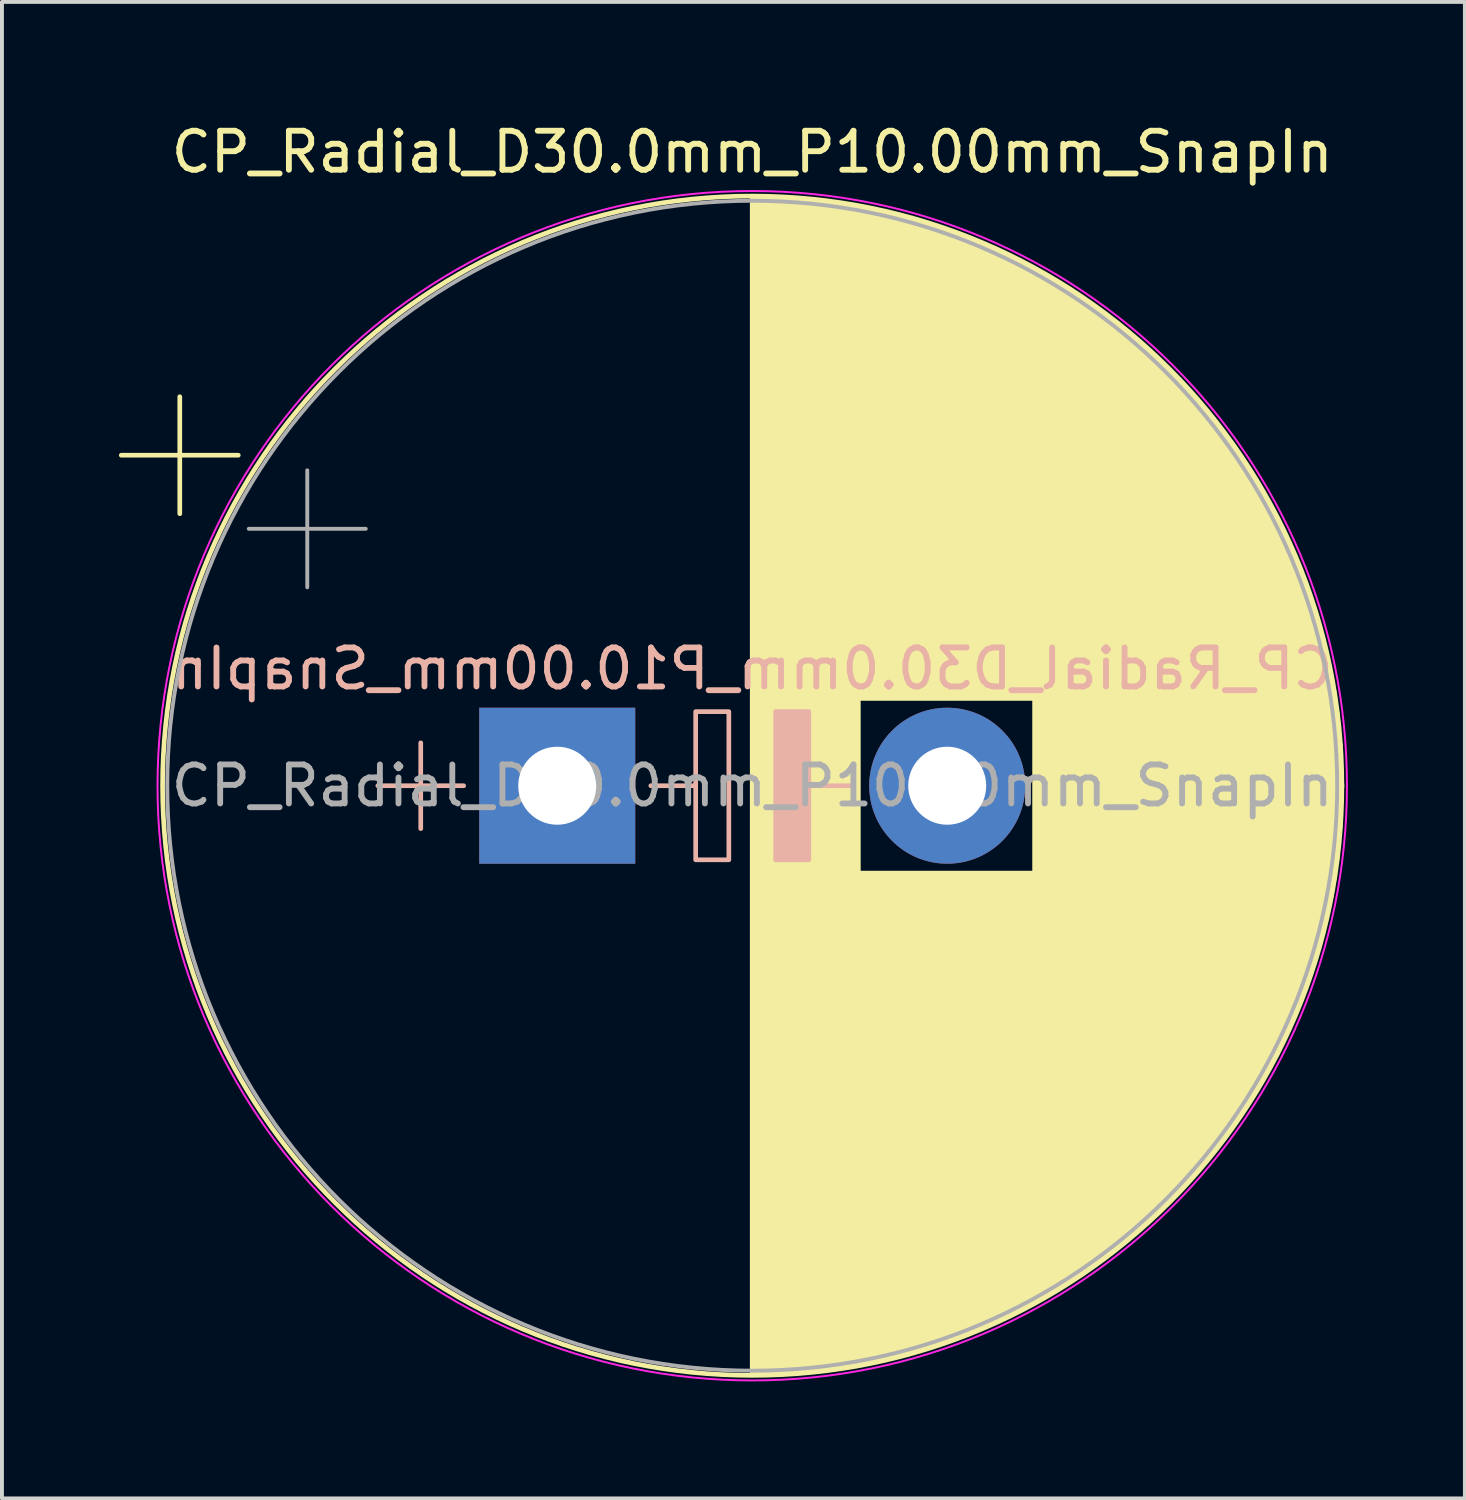
<source format=kicad_pcb>
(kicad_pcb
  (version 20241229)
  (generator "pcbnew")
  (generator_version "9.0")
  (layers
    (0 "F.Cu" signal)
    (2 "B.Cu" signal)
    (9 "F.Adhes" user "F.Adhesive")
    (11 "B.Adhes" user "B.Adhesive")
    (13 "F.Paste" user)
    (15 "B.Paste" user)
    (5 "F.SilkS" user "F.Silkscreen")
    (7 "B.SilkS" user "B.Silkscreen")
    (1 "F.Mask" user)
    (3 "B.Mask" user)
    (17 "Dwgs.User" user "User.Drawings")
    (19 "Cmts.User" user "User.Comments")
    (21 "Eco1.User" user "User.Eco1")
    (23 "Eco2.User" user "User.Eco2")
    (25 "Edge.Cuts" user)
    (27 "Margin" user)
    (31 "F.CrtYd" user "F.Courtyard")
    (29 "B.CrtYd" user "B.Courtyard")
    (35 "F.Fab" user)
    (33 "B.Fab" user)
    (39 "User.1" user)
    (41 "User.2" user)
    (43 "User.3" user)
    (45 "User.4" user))
  (footprint "CP_Radial_D30.0mm_P10.00mm_SnapIn"
    (layer "F.Cu")
    (at 11.239 17.098)
    (property "Reference" "CP_Radial_D30.0mm_P10.00mm_SnapIn" (at 5 -16.25 0) (layer "F.SilkS") (effects (font (size 1 1) (thickness 0.15))))
    (fp_line (start -11.179 -8.475) (end -8.179 -8.475) (stroke (width 0.12) (type solid)) (layer "F.SilkS"))
    (fp_line (start -9.679 -9.975) (end -9.679 -6.975) (stroke (width 0.12) (type solid)) (layer "F.SilkS"))
    (fp_line (start 5 -15.081) (end 5 15.081) (stroke (width 0.12) (type solid)) (layer "F.SilkS"))
    (fp_line (start 5.04 -15.08) (end 5.04 15.08) (stroke (width 0.12) (type solid)) (layer "F.SilkS"))
    (fp_line (start 5.08 -15.08) (end 5.08 15.08) (stroke (width 0.12) (type solid)) (layer "F.SilkS"))
    (fp_line (start 5.12 -15.08) (end 5.12 15.08) (stroke (width 0.12) (type solid)) (layer "F.SilkS"))
    (fp_line (start 5.16 -15.08) (end 5.16 15.08) (stroke (width 0.12) (type solid)) (layer "F.SilkS"))
    (fp_line (start 5.2 -15.079) (end 5.2 15.079) (stroke (width 0.12) (type solid)) (layer "F.SilkS"))
    (fp_line (start 5.24 -15.079) (end 5.24 15.079) (stroke (width 0.12) (type solid)) (layer "F.SilkS"))
    (fp_line (start 5.28 -15.078) (end 5.28 15.078) (stroke (width 0.12) (type solid)) (layer "F.SilkS"))
    (fp_line (start 5.32 -15.077) (end 5.32 15.077) (stroke (width 0.12) (type solid)) (layer "F.SilkS"))
    (fp_line (start 5.36 -15.076) (end 5.36 15.076) (stroke (width 0.12) (type solid)) (layer "F.SilkS"))
    (fp_line (start 5.4 -15.075) (end 5.4 15.075) (stroke (width 0.12) (type solid)) (layer "F.SilkS"))
    (fp_line (start 5.44 -15.074) (end 5.44 15.074) (stroke (width 0.12) (type solid)) (layer "F.SilkS"))
    (fp_line (start 5.48 -15.073) (end 5.48 15.073) (stroke (width 0.12) (type solid)) (layer "F.SilkS"))
    (fp_line (start 5.52 -15.072) (end 5.52 15.072) (stroke (width 0.12) (type solid)) (layer "F.SilkS"))
    (fp_line (start 5.56 -15.07) (end 5.56 15.07) (stroke (width 0.12) (type solid)) (layer "F.SilkS"))
    (fp_line (start 5.6 -15.069) (end 5.6 15.069) (stroke (width 0.12) (type solid)) (layer "F.SilkS"))
    (fp_line (start 5.64 -15.067) (end 5.64 15.067) (stroke (width 0.12) (type solid)) (layer "F.SilkS"))
    (fp_line (start 5.68 -15.065) (end 5.68 15.065) (stroke (width 0.12) (type solid)) (layer "F.SilkS"))
    (fp_line (start 5.721 -15.063) (end 5.721 15.063) (stroke (width 0.12) (type solid)) (layer "F.SilkS"))
    (fp_line (start 5.761 -15.061) (end 5.761 15.061) (stroke (width 0.12) (type solid)) (layer "F.SilkS"))
    (fp_line (start 5.801 -15.059) (end 5.801 15.059) (stroke (width 0.12) (type solid)) (layer "F.SilkS"))
    (fp_line (start 5.841 -15.057) (end 5.841 15.057) (stroke (width 0.12) (type solid)) (layer "F.SilkS"))
    (fp_line (start 5.881 -15.055) (end 5.881 15.055) (stroke (width 0.12) (type solid)) (layer "F.SilkS"))
    (fp_line (start 5.921 -15.052) (end 5.921 15.052) (stroke (width 0.12) (type solid)) (layer "F.SilkS"))
    (fp_line (start 5.961 -15.05) (end 5.961 15.05) (stroke (width 0.12) (type solid)) (layer "F.SilkS"))
    (fp_line (start 6.001 -15.047) (end 6.001 15.047) (stroke (width 0.12) (type solid)) (layer "F.SilkS"))
    (fp_line (start 6.041 -15.045) (end 6.041 15.045) (stroke (width 0.12) (type solid)) (layer "F.SilkS"))
    (fp_line (start 6.081 -15.042) (end 6.081 15.042) (stroke (width 0.12) (type solid)) (layer "F.SilkS"))
    (fp_line (start 6.121 -15.039) (end 6.121 15.039) (stroke (width 0.12) (type solid)) (layer "F.SilkS"))
    (fp_line (start 6.161 -15.036) (end 6.161 15.036) (stroke (width 0.12) (type solid)) (layer "F.SilkS"))
    (fp_line (start 6.201 -15.033) (end 6.201 15.033) (stroke (width 0.12) (type solid)) (layer "F.SilkS"))
    (fp_line (start 6.241 -15.03) (end 6.241 15.03) (stroke (width 0.12) (type solid)) (layer "F.SilkS"))
    (fp_line (start 6.281 -15.026) (end 6.281 15.026) (stroke (width 0.12) (type solid)) (layer "F.SilkS"))
    (fp_line (start 6.321 -15.023) (end 6.321 15.023) (stroke (width 0.12) (type solid)) (layer "F.SilkS"))
    (fp_line (start 6.361 -15.019) (end 6.361 15.019) (stroke (width 0.12) (type solid)) (layer "F.SilkS"))
    (fp_line (start 6.401 -15.016) (end 6.401 15.016) (stroke (width 0.12) (type solid)) (layer "F.SilkS"))
    (fp_line (start 6.441 -15.012) (end 6.441 15.012) (stroke (width 0.12) (type solid)) (layer "F.SilkS"))
    (fp_line (start 6.481 -15.008) (end 6.481 15.008) (stroke (width 0.12) (type solid)) (layer "F.SilkS"))
    (fp_line (start 6.521 -15.004) (end 6.521 15.004) (stroke (width 0.12) (type solid)) (layer "F.SilkS"))
    (fp_line (start 6.561 -15) (end 6.561 15) (stroke (width 0.12) (type solid)) (layer "F.SilkS"))
    (fp_line (start 6.601 -14.996) (end 6.601 14.996) (stroke (width 0.12) (type solid)) (layer "F.SilkS"))
    (fp_line (start 6.641 -14.991) (end 6.641 14.991) (stroke (width 0.12) (type solid)) (layer "F.SilkS"))
    (fp_line (start 6.681 -14.987) (end 6.681 14.987) (stroke (width 0.12) (type solid)) (layer "F.SilkS"))
    (fp_line (start 6.721 -14.982) (end 6.721 14.982) (stroke (width 0.12) (type solid)) (layer "F.SilkS"))
    (fp_line (start 6.761 -14.978) (end 6.761 14.978) (stroke (width 0.12) (type solid)) (layer "F.SilkS"))
    (fp_line (start 6.801 -14.973) (end 6.801 14.973) (stroke (width 0.12) (type solid)) (layer "F.SilkS"))
    (fp_line (start 6.841 -14.968) (end 6.841 14.968) (stroke (width 0.12) (type solid)) (layer "F.SilkS"))
    (fp_line (start 6.881 -14.963) (end 6.881 14.963) (stroke (width 0.12) (type solid)) (layer "F.SilkS"))
    (fp_line (start 6.921 -14.958) (end 6.921 14.958) (stroke (width 0.12) (type solid)) (layer "F.SilkS"))
    (fp_line (start 6.961 -14.953) (end 6.961 14.953) (stroke (width 0.12) (type solid)) (layer "F.SilkS"))
    (fp_line (start 7.001 -14.948) (end 7.001 14.948) (stroke (width 0.12) (type solid)) (layer "F.SilkS"))
    (fp_line (start 7.041 -14.942) (end 7.041 14.942) (stroke (width 0.12) (type solid)) (layer "F.SilkS"))
    (fp_line (start 7.081 -14.937) (end 7.081 14.937) (stroke (width 0.12) (type solid)) (layer "F.SilkS"))
    (fp_line (start 7.121 -14.931) (end 7.121 14.931) (stroke (width 0.12) (type solid)) (layer "F.SilkS"))
    (fp_line (start 7.161 -14.925) (end 7.161 14.925) (stroke (width 0.12) (type solid)) (layer "F.SilkS"))
    (fp_line (start 7.201 -14.92) (end 7.201 14.92) (stroke (width 0.12) (type solid)) (layer "F.SilkS"))
    (fp_line (start 7.241 -14.914) (end 7.241 14.914) (stroke (width 0.12) (type solid)) (layer "F.SilkS"))
    (fp_line (start 7.281 -14.908) (end 7.281 14.908) (stroke (width 0.12) (type solid)) (layer "F.SilkS"))
    (fp_line (start 7.321 -14.901) (end 7.321 14.901) (stroke (width 0.12) (type solid)) (layer "F.SilkS"))
    (fp_line (start 7.361 -14.895) (end 7.361 14.895) (stroke (width 0.12) (type solid)) (layer "F.SilkS"))
    (fp_line (start 7.401 -14.889) (end 7.401 14.889) (stroke (width 0.12) (type solid)) (layer "F.SilkS"))
    (fp_line (start 7.441 -14.882) (end 7.441 14.882) (stroke (width 0.12) (type solid)) (layer "F.SilkS"))
    (fp_line (start 7.481 -14.876) (end 7.481 14.876) (stroke (width 0.12) (type solid)) (layer "F.SilkS"))
    (fp_line (start 7.521 -14.869) (end 7.521 14.869) (stroke (width 0.12) (type solid)) (layer "F.SilkS"))
    (fp_line (start 7.561 -14.862) (end 7.561 14.862) (stroke (width 0.12) (type solid)) (layer "F.SilkS"))
    (fp_line (start 7.601 -14.855) (end 7.601 14.855) (stroke (width 0.12) (type solid)) (layer "F.SilkS"))
    (fp_line (start 7.641 -14.848) (end 7.641 14.848) (stroke (width 0.12) (type solid)) (layer "F.SilkS"))
    (fp_line (start 7.681 -14.841) (end 7.681 14.841) (stroke (width 0.12) (type solid)) (layer "F.SilkS"))
    (fp_line (start 7.721 -14.834) (end 7.721 14.834) (stroke (width 0.12) (type solid)) (layer "F.SilkS"))
    (fp_line (start 7.761 -14.826) (end 7.761 -2.24) (stroke (width 0.12) (type solid)) (layer "F.SilkS"))
    (fp_line (start 7.761 2.24) (end 7.761 14.826) (stroke (width 0.12) (type solid)) (layer "F.SilkS"))
    (fp_line (start 7.801 -14.819) (end 7.801 -2.24) (stroke (width 0.12) (type solid)) (layer "F.SilkS"))
    (fp_line (start 7.801 2.24) (end 7.801 14.819) (stroke (width 0.12) (type solid)) (layer "F.SilkS"))
    (fp_line (start 7.841 -14.811) (end 7.841 -2.24) (stroke (width 0.12) (type solid)) (layer "F.SilkS"))
    (fp_line (start 7.841 2.24) (end 7.841 14.811) (stroke (width 0.12) (type solid)) (layer "F.SilkS"))
    (fp_line (start 7.881 -14.804) (end 7.881 -2.24) (stroke (width 0.12) (type solid)) (layer "F.SilkS"))
    (fp_line (start 7.881 2.24) (end 7.881 14.804) (stroke (width 0.12) (type solid)) (layer "F.SilkS"))
    (fp_line (start 7.921 -14.796) (end 7.921 -2.24) (stroke (width 0.12) (type solid)) (layer "F.SilkS"))
    (fp_line (start 7.921 2.24) (end 7.921 14.796) (stroke (width 0.12) (type solid)) (layer "F.SilkS"))
    (fp_line (start 7.961 -14.788) (end 7.961 -2.24) (stroke (width 0.12) (type solid)) (layer "F.SilkS"))
    (fp_line (start 7.961 2.24) (end 7.961 14.788) (stroke (width 0.12) (type solid)) (layer "F.SilkS"))
    (fp_line (start 8.001 -14.78) (end 8.001 -2.24) (stroke (width 0.12) (type solid)) (layer "F.SilkS"))
    (fp_line (start 8.001 2.24) (end 8.001 14.78) (stroke (width 0.12) (type solid)) (layer "F.SilkS"))
    (fp_line (start 8.041 -14.772) (end 8.041 -2.24) (stroke (width 0.12) (type solid)) (layer "F.SilkS"))
    (fp_line (start 8.041 2.24) (end 8.041 14.772) (stroke (width 0.12) (type solid)) (layer "F.SilkS"))
    (fp_line (start 8.081 -14.763) (end 8.081 -2.24) (stroke (width 0.12) (type solid)) (layer "F.SilkS"))
    (fp_line (start 8.081 2.24) (end 8.081 14.763) (stroke (width 0.12) (type solid)) (layer "F.SilkS"))
    (fp_line (start 8.121 -14.755) (end 8.121 -2.24) (stroke (width 0.12) (type solid)) (layer "F.SilkS"))
    (fp_line (start 8.121 2.24) (end 8.121 14.755) (stroke (width 0.12) (type solid)) (layer "F.SilkS"))
    (fp_line (start 8.161 -14.747) (end 8.161 -2.24) (stroke (width 0.12) (type solid)) (layer "F.SilkS"))
    (fp_line (start 8.161 2.24) (end 8.161 14.747) (stroke (width 0.12) (type solid)) (layer "F.SilkS"))
    (fp_line (start 8.201 -14.738) (end 8.201 -2.24) (stroke (width 0.12) (type solid)) (layer "F.SilkS"))
    (fp_line (start 8.201 2.24) (end 8.201 14.738) (stroke (width 0.12) (type solid)) (layer "F.SilkS"))
    (fp_line (start 8.241 -14.729) (end 8.241 -2.24) (stroke (width 0.12) (type solid)) (layer "F.SilkS"))
    (fp_line (start 8.241 2.24) (end 8.241 14.729) (stroke (width 0.12) (type solid)) (layer "F.SilkS"))
    (fp_line (start 8.281 -14.72) (end 8.281 -2.24) (stroke (width 0.12) (type solid)) (layer "F.SilkS"))
    (fp_line (start 8.281 2.24) (end 8.281 14.72) (stroke (width 0.12) (type solid)) (layer "F.SilkS"))
    (fp_line (start 8.321 -14.711) (end 8.321 -2.24) (stroke (width 0.12) (type solid)) (layer "F.SilkS"))
    (fp_line (start 8.321 2.24) (end 8.321 14.711) (stroke (width 0.12) (type solid)) (layer "F.SilkS"))
    (fp_line (start 8.361 -14.702) (end 8.361 -2.24) (stroke (width 0.12) (type solid)) (layer "F.SilkS"))
    (fp_line (start 8.361 2.24) (end 8.361 14.702) (stroke (width 0.12) (type solid)) (layer "F.SilkS"))
    (fp_line (start 8.401 -14.693) (end 8.401 -2.24) (stroke (width 0.12) (type solid)) (layer "F.SilkS"))
    (fp_line (start 8.401 2.24) (end 8.401 14.693) (stroke (width 0.12) (type solid)) (layer "F.SilkS"))
    (fp_line (start 8.441 -14.684) (end 8.441 -2.24) (stroke (width 0.12) (type solid)) (layer "F.SilkS"))
    (fp_line (start 8.441 2.24) (end 8.441 14.684) (stroke (width 0.12) (type solid)) (layer "F.SilkS"))
    (fp_line (start 8.481 -14.675) (end 8.481 -2.24) (stroke (width 0.12) (type solid)) (layer "F.SilkS"))
    (fp_line (start 8.481 2.24) (end 8.481 14.675) (stroke (width 0.12) (type solid)) (layer "F.SilkS"))
    (fp_line (start 8.521 -14.665) (end 8.521 -2.24) (stroke (width 0.12) (type solid)) (layer "F.SilkS"))
    (fp_line (start 8.521 2.24) (end 8.521 14.665) (stroke (width 0.12) (type solid)) (layer "F.SilkS"))
    (fp_line (start 8.561 -14.655) (end 8.561 -2.24) (stroke (width 0.12) (type solid)) (layer "F.SilkS"))
    (fp_line (start 8.561 2.24) (end 8.561 14.655) (stroke (width 0.12) (type solid)) (layer "F.SilkS"))
    (fp_line (start 8.601 -14.646) (end 8.601 -2.24) (stroke (width 0.12) (type solid)) (layer "F.SilkS"))
    (fp_line (start 8.601 2.24) (end 8.601 14.646) (stroke (width 0.12) (type solid)) (layer "F.SilkS"))
    (fp_line (start 8.641 -14.636) (end 8.641 -2.24) (stroke (width 0.12) (type solid)) (layer "F.SilkS"))
    (fp_line (start 8.641 2.24) (end 8.641 14.636) (stroke (width 0.12) (type solid)) (layer "F.SilkS"))
    (fp_line (start 8.681 -14.626) (end 8.681 -2.24) (stroke (width 0.12) (type solid)) (layer "F.SilkS"))
    (fp_line (start 8.681 2.24) (end 8.681 14.626) (stroke (width 0.12) (type solid)) (layer "F.SilkS"))
    (fp_line (start 8.721 -14.616) (end 8.721 -2.24) (stroke (width 0.12) (type solid)) (layer "F.SilkS"))
    (fp_line (start 8.721 2.24) (end 8.721 14.616) (stroke (width 0.12) (type solid)) (layer "F.SilkS"))
    (fp_line (start 8.761 -14.606) (end 8.761 -2.24) (stroke (width 0.12) (type solid)) (layer "F.SilkS"))
    (fp_line (start 8.761 2.24) (end 8.761 14.606) (stroke (width 0.12) (type solid)) (layer "F.SilkS"))
    (fp_line (start 8.801 -14.595) (end 8.801 -2.24) (stroke (width 0.12) (type solid)) (layer "F.SilkS"))
    (fp_line (start 8.801 2.24) (end 8.801 14.595) (stroke (width 0.12) (type solid)) (layer "F.SilkS"))
    (fp_line (start 8.841 -14.585) (end 8.841 -2.24) (stroke (width 0.12) (type solid)) (layer "F.SilkS"))
    (fp_line (start 8.841 2.24) (end 8.841 14.585) (stroke (width 0.12) (type solid)) (layer "F.SilkS"))
    (fp_line (start 8.881 -14.574) (end 8.881 -2.24) (stroke (width 0.12) (type solid)) (layer "F.SilkS"))
    (fp_line (start 8.881 2.24) (end 8.881 14.574) (stroke (width 0.12) (type solid)) (layer "F.SilkS"))
    (fp_line (start 8.921 -14.564) (end 8.921 -2.24) (stroke (width 0.12) (type solid)) (layer "F.SilkS"))
    (fp_line (start 8.921 2.24) (end 8.921 14.564) (stroke (width 0.12) (type solid)) (layer "F.SilkS"))
    (fp_line (start 8.961 -14.553) (end 8.961 -2.24) (stroke (width 0.12) (type solid)) (layer "F.SilkS"))
    (fp_line (start 8.961 2.24) (end 8.961 14.553) (stroke (width 0.12) (type solid)) (layer "F.SilkS"))
    (fp_line (start 9.001 -14.542) (end 9.001 -2.24) (stroke (width 0.12) (type solid)) (layer "F.SilkS"))
    (fp_line (start 9.001 2.24) (end 9.001 14.542) (stroke (width 0.12) (type solid)) (layer "F.SilkS"))
    (fp_line (start 9.041 -14.531) (end 9.041 -2.24) (stroke (width 0.12) (type solid)) (layer "F.SilkS"))
    (fp_line (start 9.041 2.24) (end 9.041 14.531) (stroke (width 0.12) (type solid)) (layer "F.SilkS"))
    (fp_line (start 9.081 -14.52) (end 9.081 -2.24) (stroke (width 0.12) (type solid)) (layer "F.SilkS"))
    (fp_line (start 9.081 2.24) (end 9.081 14.52) (stroke (width 0.12) (type solid)) (layer "F.SilkS"))
    (fp_line (start 9.121 -14.508) (end 9.121 -2.24) (stroke (width 0.12) (type solid)) (layer "F.SilkS"))
    (fp_line (start 9.121 2.24) (end 9.121 14.508) (stroke (width 0.12) (type solid)) (layer "F.SilkS"))
    (fp_line (start 9.161 -14.497) (end 9.161 -2.24) (stroke (width 0.12) (type solid)) (layer "F.SilkS"))
    (fp_line (start 9.161 2.24) (end 9.161 14.497) (stroke (width 0.12) (type solid)) (layer "F.SilkS"))
    (fp_line (start 9.201 -14.485) (end 9.201 -2.24) (stroke (width 0.12) (type solid)) (layer "F.SilkS"))
    (fp_line (start 9.201 2.24) (end 9.201 14.485) (stroke (width 0.12) (type solid)) (layer "F.SilkS"))
    (fp_line (start 9.241 -14.474) (end 9.241 -2.24) (stroke (width 0.12) (type solid)) (layer "F.SilkS"))
    (fp_line (start 9.241 2.24) (end 9.241 14.474) (stroke (width 0.12) (type solid)) (layer "F.SilkS"))
    (fp_line (start 9.281 -14.462) (end 9.281 -2.24) (stroke (width 0.12) (type solid)) (layer "F.SilkS"))
    (fp_line (start 9.281 2.24) (end 9.281 14.462) (stroke (width 0.12) (type solid)) (layer "F.SilkS"))
    (fp_line (start 9.321 -14.45) (end 9.321 -2.24) (stroke (width 0.12) (type solid)) (layer "F.SilkS"))
    (fp_line (start 9.321 2.24) (end 9.321 14.45) (stroke (width 0.12) (type solid)) (layer "F.SilkS"))
    (fp_line (start 9.361 -14.438) (end 9.361 -2.24) (stroke (width 0.12) (type solid)) (layer "F.SilkS"))
    (fp_line (start 9.361 2.24) (end 9.361 14.438) (stroke (width 0.12) (type solid)) (layer "F.SilkS"))
    (fp_line (start 9.401 -14.426) (end 9.401 -2.24) (stroke (width 0.12) (type solid)) (layer "F.SilkS"))
    (fp_line (start 9.401 2.24) (end 9.401 14.426) (stroke (width 0.12) (type solid)) (layer "F.SilkS"))
    (fp_line (start 9.441 -14.414) (end 9.441 -2.24) (stroke (width 0.12) (type solid)) (layer "F.SilkS"))
    (fp_line (start 9.441 2.24) (end 9.441 14.414) (stroke (width 0.12) (type solid)) (layer "F.SilkS"))
    (fp_line (start 9.481 -14.402) (end 9.481 -2.24) (stroke (width 0.12) (type solid)) (layer "F.SilkS"))
    (fp_line (start 9.481 2.24) (end 9.481 14.402) (stroke (width 0.12) (type solid)) (layer "F.SilkS"))
    (fp_line (start 9.521 -14.389) (end 9.521 -2.24) (stroke (width 0.12) (type solid)) (layer "F.SilkS"))
    (fp_line (start 9.521 2.24) (end 9.521 14.389) (stroke (width 0.12) (type solid)) (layer "F.SilkS"))
    (fp_line (start 9.561 -14.376) (end 9.561 -2.24) (stroke (width 0.12) (type solid)) (layer "F.SilkS"))
    (fp_line (start 9.561 2.24) (end 9.561 14.376) (stroke (width 0.12) (type solid)) (layer "F.SilkS"))
    (fp_line (start 9.601 -14.364) (end 9.601 -2.24) (stroke (width 0.12) (type solid)) (layer "F.SilkS"))
    (fp_line (start 9.601 2.24) (end 9.601 14.364) (stroke (width 0.12) (type solid)) (layer "F.SilkS"))
    (fp_line (start 9.641 -14.351) (end 9.641 -2.24) (stroke (width 0.12) (type solid)) (layer "F.SilkS"))
    (fp_line (start 9.641 2.24) (end 9.641 14.351) (stroke (width 0.12) (type solid)) (layer "F.SilkS"))
    (fp_line (start 9.681 -14.338) (end 9.681 -2.24) (stroke (width 0.12) (type solid)) (layer "F.SilkS"))
    (fp_line (start 9.681 2.24) (end 9.681 14.338) (stroke (width 0.12) (type solid)) (layer "F.SilkS"))
    (fp_line (start 9.721 -14.325) (end 9.721 -2.24) (stroke (width 0.12) (type solid)) (layer "F.SilkS"))
    (fp_line (start 9.721 2.24) (end 9.721 14.325) (stroke (width 0.12) (type solid)) (layer "F.SilkS"))
    (fp_line (start 9.761 -14.312) (end 9.761 -2.24) (stroke (width 0.12) (type solid)) (layer "F.SilkS"))
    (fp_line (start 9.761 2.24) (end 9.761 14.312) (stroke (width 0.12) (type solid)) (layer "F.SilkS"))
    (fp_line (start 9.801 -14.298) (end 9.801 -2.24) (stroke (width 0.12) (type solid)) (layer "F.SilkS"))
    (fp_line (start 9.801 2.24) (end 9.801 14.298) (stroke (width 0.12) (type solid)) (layer "F.SilkS"))
    (fp_line (start 9.841 -14.285) (end 9.841 -2.24) (stroke (width 0.12) (type solid)) (layer "F.SilkS"))
    (fp_line (start 9.841 2.24) (end 9.841 14.285) (stroke (width 0.12) (type solid)) (layer "F.SilkS"))
    (fp_line (start 9.881 -14.271) (end 9.881 -2.24) (stroke (width 0.12) (type solid)) (layer "F.SilkS"))
    (fp_line (start 9.881 2.24) (end 9.881 14.271) (stroke (width 0.12) (type solid)) (layer "F.SilkS"))
    (fp_line (start 9.921 -14.258) (end 9.921 -2.24) (stroke (width 0.12) (type solid)) (layer "F.SilkS"))
    (fp_line (start 9.921 2.24) (end 9.921 14.258) (stroke (width 0.12) (type solid)) (layer "F.SilkS"))
    (fp_line (start 9.961 -14.244) (end 9.961 -2.24) (stroke (width 0.12) (type solid)) (layer "F.SilkS"))
    (fp_line (start 9.961 2.24) (end 9.961 14.244) (stroke (width 0.12) (type solid)) (layer "F.SilkS"))
    (fp_line (start 10.001 -14.23) (end 10.001 -2.24) (stroke (width 0.12) (type solid)) (layer "F.SilkS"))
    (fp_line (start 10.001 2.24) (end 10.001 14.23) (stroke (width 0.12) (type solid)) (layer "F.SilkS"))
    (fp_line (start 10.041 -14.216) (end 10.041 -2.24) (stroke (width 0.12) (type solid)) (layer "F.SilkS"))
    (fp_line (start 10.041 2.24) (end 10.041 14.216) (stroke (width 0.12) (type solid)) (layer "F.SilkS"))
    (fp_line (start 10.081 -14.202) (end 10.081 -2.24) (stroke (width 0.12) (type solid)) (layer "F.SilkS"))
    (fp_line (start 10.081 2.24) (end 10.081 14.202) (stroke (width 0.12) (type solid)) (layer "F.SilkS"))
    (fp_line (start 10.121 -14.187) (end 10.121 -2.24) (stroke (width 0.12) (type solid)) (layer "F.SilkS"))
    (fp_line (start 10.121 2.24) (end 10.121 14.187) (stroke (width 0.12) (type solid)) (layer "F.SilkS"))
    (fp_line (start 10.161 -14.173) (end 10.161 -2.24) (stroke (width 0.12) (type solid)) (layer "F.SilkS"))
    (fp_line (start 10.161 2.24) (end 10.161 14.173) (stroke (width 0.12) (type solid)) (layer "F.SilkS"))
    (fp_line (start 10.201 -14.158) (end 10.201 -2.24) (stroke (width 0.12) (type solid)) (layer "F.SilkS"))
    (fp_line (start 10.201 2.24) (end 10.201 14.158) (stroke (width 0.12) (type solid)) (layer "F.SilkS"))
    (fp_line (start 10.241 -14.143) (end 10.241 -2.24) (stroke (width 0.12) (type solid)) (layer "F.SilkS"))
    (fp_line (start 10.241 2.24) (end 10.241 14.143) (stroke (width 0.12) (type solid)) (layer "F.SilkS"))
    (fp_line (start 10.281 -14.129) (end 10.281 -2.24) (stroke (width 0.12) (type solid)) (layer "F.SilkS"))
    (fp_line (start 10.281 2.24) (end 10.281 14.129) (stroke (width 0.12) (type solid)) (layer "F.SilkS"))
    (fp_line (start 10.321 -14.114) (end 10.321 -2.24) (stroke (width 0.12) (type solid)) (layer "F.SilkS"))
    (fp_line (start 10.321 2.24) (end 10.321 14.114) (stroke (width 0.12) (type solid)) (layer "F.SilkS"))
    (fp_line (start 10.361 -14.099) (end 10.361 -2.24) (stroke (width 0.12) (type solid)) (layer "F.SilkS"))
    (fp_line (start 10.361 2.24) (end 10.361 14.099) (stroke (width 0.12) (type solid)) (layer "F.SilkS"))
    (fp_line (start 10.401 -14.083) (end 10.401 -2.24) (stroke (width 0.12) (type solid)) (layer "F.SilkS"))
    (fp_line (start 10.401 2.24) (end 10.401 14.083) (stroke (width 0.12) (type solid)) (layer "F.SilkS"))
    (fp_line (start 10.441 -14.068) (end 10.441 -2.24) (stroke (width 0.12) (type solid)) (layer "F.SilkS"))
    (fp_line (start 10.441 2.24) (end 10.441 14.068) (stroke (width 0.12) (type solid)) (layer "F.SilkS"))
    (fp_line (start 10.481 -14.052) (end 10.481 -2.24) (stroke (width 0.12) (type solid)) (layer "F.SilkS"))
    (fp_line (start 10.481 2.24) (end 10.481 14.052) (stroke (width 0.12) (type solid)) (layer "F.SilkS"))
    (fp_line (start 10.521 -14.037) (end 10.521 -2.24) (stroke (width 0.12) (type solid)) (layer "F.SilkS"))
    (fp_line (start 10.521 2.24) (end 10.521 14.037) (stroke (width 0.12) (type solid)) (layer "F.SilkS"))
    (fp_line (start 10.561 -14.021) (end 10.561 -2.24) (stroke (width 0.12) (type solid)) (layer "F.SilkS"))
    (fp_line (start 10.561 2.24) (end 10.561 14.021) (stroke (width 0.12) (type solid)) (layer "F.SilkS"))
    (fp_line (start 10.601 -14.005) (end 10.601 -2.24) (stroke (width 0.12) (type solid)) (layer "F.SilkS"))
    (fp_line (start 10.601 2.24) (end 10.601 14.005) (stroke (width 0.12) (type solid)) (layer "F.SilkS"))
    (fp_line (start 10.641 -13.989) (end 10.641 -2.24) (stroke (width 0.12) (type solid)) (layer "F.SilkS"))
    (fp_line (start 10.641 2.24) (end 10.641 13.989) (stroke (width 0.12) (type solid)) (layer "F.SilkS"))
    (fp_line (start 10.681 -13.973) (end 10.681 -2.24) (stroke (width 0.12) (type solid)) (layer "F.SilkS"))
    (fp_line (start 10.681 2.24) (end 10.681 13.973) (stroke (width 0.12) (type solid)) (layer "F.SilkS"))
    (fp_line (start 10.721 -13.957) (end 10.721 -2.24) (stroke (width 0.12) (type solid)) (layer "F.SilkS"))
    (fp_line (start 10.721 2.24) (end 10.721 13.957) (stroke (width 0.12) (type solid)) (layer "F.SilkS"))
    (fp_line (start 10.761 -13.94) (end 10.761 -2.24) (stroke (width 0.12) (type solid)) (layer "F.SilkS"))
    (fp_line (start 10.761 2.24) (end 10.761 13.94) (stroke (width 0.12) (type solid)) (layer "F.SilkS"))
    (fp_line (start 10.801 -13.924) (end 10.801 -2.24) (stroke (width 0.12) (type solid)) (layer "F.SilkS"))
    (fp_line (start 10.801 2.24) (end 10.801 13.924) (stroke (width 0.12) (type solid)) (layer "F.SilkS"))
    (fp_line (start 10.841 -13.907) (end 10.841 -2.24) (stroke (width 0.12) (type solid)) (layer "F.SilkS"))
    (fp_line (start 10.841 2.24) (end 10.841 13.907) (stroke (width 0.12) (type solid)) (layer "F.SilkS"))
    (fp_line (start 10.881 -13.89) (end 10.881 -2.24) (stroke (width 0.12) (type solid)) (layer "F.SilkS"))
    (fp_line (start 10.881 2.24) (end 10.881 13.89) (stroke (width 0.12) (type solid)) (layer "F.SilkS"))
    (fp_line (start 10.921 -13.873) (end 10.921 -2.24) (stroke (width 0.12) (type solid)) (layer "F.SilkS"))
    (fp_line (start 10.921 2.24) (end 10.921 13.873) (stroke (width 0.12) (type solid)) (layer "F.SilkS"))
    (fp_line (start 10.961 -13.856) (end 10.961 -2.24) (stroke (width 0.12) (type solid)) (layer "F.SilkS"))
    (fp_line (start 10.961 2.24) (end 10.961 13.856) (stroke (width 0.12) (type solid)) (layer "F.SilkS"))
    (fp_line (start 11.001 -13.839) (end 11.001 -2.24) (stroke (width 0.12) (type solid)) (layer "F.SilkS"))
    (fp_line (start 11.001 2.24) (end 11.001 13.839) (stroke (width 0.12) (type solid)) (layer "F.SilkS"))
    (fp_line (start 11.041 -13.822) (end 11.041 -2.24) (stroke (width 0.12) (type solid)) (layer "F.SilkS"))
    (fp_line (start 11.041 2.24) (end 11.041 13.822) (stroke (width 0.12) (type solid)) (layer "F.SilkS"))
    (fp_line (start 11.081 -13.804) (end 11.081 -2.24) (stroke (width 0.12) (type solid)) (layer "F.SilkS"))
    (fp_line (start 11.081 2.24) (end 11.081 13.804) (stroke (width 0.12) (type solid)) (layer "F.SilkS"))
    (fp_line (start 11.121 -13.787) (end 11.121 -2.24) (stroke (width 0.12) (type solid)) (layer "F.SilkS"))
    (fp_line (start 11.121 2.24) (end 11.121 13.787) (stroke (width 0.12) (type solid)) (layer "F.SilkS"))
    (fp_line (start 11.161 -13.769) (end 11.161 -2.24) (stroke (width 0.12) (type solid)) (layer "F.SilkS"))
    (fp_line (start 11.161 2.24) (end 11.161 13.769) (stroke (width 0.12) (type solid)) (layer "F.SilkS"))
    (fp_line (start 11.201 -13.751) (end 11.201 -2.24) (stroke (width 0.12) (type solid)) (layer "F.SilkS"))
    (fp_line (start 11.201 2.24) (end 11.201 13.751) (stroke (width 0.12) (type solid)) (layer "F.SilkS"))
    (fp_line (start 11.241 -13.733) (end 11.241 -2.24) (stroke (width 0.12) (type solid)) (layer "F.SilkS"))
    (fp_line (start 11.241 2.24) (end 11.241 13.733) (stroke (width 0.12) (type solid)) (layer "F.SilkS"))
    (fp_line (start 11.281 -13.715) (end 11.281 -2.24) (stroke (width 0.12) (type solid)) (layer "F.SilkS"))
    (fp_line (start 11.281 2.24) (end 11.281 13.715) (stroke (width 0.12) (type solid)) (layer "F.SilkS"))
    (fp_line (start 11.321 -13.696) (end 11.321 -2.24) (stroke (width 0.12) (type solid)) (layer "F.SilkS"))
    (fp_line (start 11.321 2.24) (end 11.321 13.696) (stroke (width 0.12) (type solid)) (layer "F.SilkS"))
    (fp_line (start 11.361 -13.678) (end 11.361 -2.24) (stroke (width 0.12) (type solid)) (layer "F.SilkS"))
    (fp_line (start 11.361 2.24) (end 11.361 13.678) (stroke (width 0.12) (type solid)) (layer "F.SilkS"))
    (fp_line (start 11.401 -13.659) (end 11.401 -2.24) (stroke (width 0.12) (type solid)) (layer "F.SilkS"))
    (fp_line (start 11.401 2.24) (end 11.401 13.659) (stroke (width 0.12) (type solid)) (layer "F.SilkS"))
    (fp_line (start 11.441 -13.64) (end 11.441 -2.24) (stroke (width 0.12) (type solid)) (layer "F.SilkS"))
    (fp_line (start 11.441 2.24) (end 11.441 13.64) (stroke (width 0.12) (type solid)) (layer "F.SilkS"))
    (fp_line (start 11.481 -13.622) (end 11.481 -2.24) (stroke (width 0.12) (type solid)) (layer "F.SilkS"))
    (fp_line (start 11.481 2.24) (end 11.481 13.622) (stroke (width 0.12) (type solid)) (layer "F.SilkS"))
    (fp_line (start 11.521 -13.602) (end 11.521 -2.24) (stroke (width 0.12) (type solid)) (layer "F.SilkS"))
    (fp_line (start 11.521 2.24) (end 11.521 13.602) (stroke (width 0.12) (type solid)) (layer "F.SilkS"))
    (fp_line (start 11.561 -13.583) (end 11.561 -2.24) (stroke (width 0.12) (type solid)) (layer "F.SilkS"))
    (fp_line (start 11.561 2.24) (end 11.561 13.583) (stroke (width 0.12) (type solid)) (layer "F.SilkS"))
    (fp_line (start 11.601 -13.564) (end 11.601 -2.24) (stroke (width 0.12) (type solid)) (layer "F.SilkS"))
    (fp_line (start 11.601 2.24) (end 11.601 13.564) (stroke (width 0.12) (type solid)) (layer "F.SilkS"))
    (fp_line (start 11.641 -13.544) (end 11.641 -2.24) (stroke (width 0.12) (type solid)) (layer "F.SilkS"))
    (fp_line (start 11.641 2.24) (end 11.641 13.544) (stroke (width 0.12) (type solid)) (layer "F.SilkS"))
    (fp_line (start 11.681 -13.525) (end 11.681 -2.24) (stroke (width 0.12) (type solid)) (layer "F.SilkS"))
    (fp_line (start 11.681 2.24) (end 11.681 13.525) (stroke (width 0.12) (type solid)) (layer "F.SilkS"))
    (fp_line (start 11.721 -13.505) (end 11.721 -2.24) (stroke (width 0.12) (type solid)) (layer "F.SilkS"))
    (fp_line (start 11.721 2.24) (end 11.721 13.505) (stroke (width 0.12) (type solid)) (layer "F.SilkS"))
    (fp_line (start 11.761 -13.485) (end 11.761 -2.24) (stroke (width 0.12) (type solid)) (layer "F.SilkS"))
    (fp_line (start 11.761 2.24) (end 11.761 13.485) (stroke (width 0.12) (type solid)) (layer "F.SilkS"))
    (fp_line (start 11.801 -13.465) (end 11.801 -2.24) (stroke (width 0.12) (type solid)) (layer "F.SilkS"))
    (fp_line (start 11.801 2.24) (end 11.801 13.465) (stroke (width 0.12) (type solid)) (layer "F.SilkS"))
    (fp_line (start 11.841 -13.445) (end 11.841 -2.24) (stroke (width 0.12) (type solid)) (layer "F.SilkS"))
    (fp_line (start 11.841 2.24) (end 11.841 13.445) (stroke (width 0.12) (type solid)) (layer "F.SilkS"))
    (fp_line (start 11.881 -13.425) (end 11.881 -2.24) (stroke (width 0.12) (type solid)) (layer "F.SilkS"))
    (fp_line (start 11.881 2.24) (end 11.881 13.425) (stroke (width 0.12) (type solid)) (layer "F.SilkS"))
    (fp_line (start 11.921 -13.404) (end 11.921 -2.24) (stroke (width 0.12) (type solid)) (layer "F.SilkS"))
    (fp_line (start 11.921 2.24) (end 11.921 13.404) (stroke (width 0.12) (type solid)) (layer "F.SilkS"))
    (fp_line (start 11.961 -13.383) (end 11.961 -2.24) (stroke (width 0.12) (type solid)) (layer "F.SilkS"))
    (fp_line (start 11.961 2.24) (end 11.961 13.383) (stroke (width 0.12) (type solid)) (layer "F.SilkS"))
    (fp_line (start 12.001 -13.363) (end 12.001 -2.24) (stroke (width 0.12) (type solid)) (layer "F.SilkS"))
    (fp_line (start 12.001 2.24) (end 12.001 13.363) (stroke (width 0.12) (type solid)) (layer "F.SilkS"))
    (fp_line (start 12.041 -13.342) (end 12.041 -2.24) (stroke (width 0.12) (type solid)) (layer "F.SilkS"))
    (fp_line (start 12.041 2.24) (end 12.041 13.342) (stroke (width 0.12) (type solid)) (layer "F.SilkS"))
    (fp_line (start 12.081 -13.32) (end 12.081 -2.24) (stroke (width 0.12) (type solid)) (layer "F.SilkS"))
    (fp_line (start 12.081 2.24) (end 12.081 13.32) (stroke (width 0.12) (type solid)) (layer "F.SilkS"))
    (fp_line (start 12.121 -13.299) (end 12.121 -2.24) (stroke (width 0.12) (type solid)) (layer "F.SilkS"))
    (fp_line (start 12.121 2.24) (end 12.121 13.299) (stroke (width 0.12) (type solid)) (layer "F.SilkS"))
    (fp_line (start 12.161 -13.278) (end 12.161 -2.24) (stroke (width 0.12) (type solid)) (layer "F.SilkS"))
    (fp_line (start 12.161 2.24) (end 12.161 13.278) (stroke (width 0.12) (type solid)) (layer "F.SilkS"))
    (fp_line (start 12.201 -13.256) (end 12.201 -2.24) (stroke (width 0.12) (type solid)) (layer "F.SilkS"))
    (fp_line (start 12.201 2.24) (end 12.201 13.256) (stroke (width 0.12) (type solid)) (layer "F.SilkS"))
    (fp_line (start 12.241 -13.234) (end 12.241 13.234) (stroke (width 0.12) (type solid)) (layer "F.SilkS"))
    (fp_line (start 12.281 -13.213) (end 12.281 13.213) (stroke (width 0.12) (type solid)) (layer "F.SilkS"))
    (fp_line (start 12.321 -13.19) (end 12.321 13.19) (stroke (width 0.12) (type solid)) (layer "F.SilkS"))
    (fp_line (start 12.361 -13.168) (end 12.361 13.168) (stroke (width 0.12) (type solid)) (layer "F.SilkS"))
    (fp_line (start 12.401 -13.146) (end 12.401 13.146) (stroke (width 0.12) (type solid)) (layer "F.SilkS"))
    (fp_line (start 12.441 -13.123) (end 12.441 13.123) (stroke (width 0.12) (type solid)) (layer "F.SilkS"))
    (fp_line (start 12.481 -13.101) (end 12.481 13.101) (stroke (width 0.12) (type solid)) (layer "F.SilkS"))
    (fp_line (start 12.521 -13.078) (end 12.521 13.078) (stroke (width 0.12) (type solid)) (layer "F.SilkS"))
    (fp_line (start 12.561 -13.055) (end 12.561 13.055) (stroke (width 0.12) (type solid)) (layer "F.SilkS"))
    (fp_line (start 12.601 -13.032) (end 12.601 13.032) (stroke (width 0.12) (type solid)) (layer "F.SilkS"))
    (fp_line (start 12.641 -13.008) (end 12.641 13.008) (stroke (width 0.12) (type solid)) (layer "F.SilkS"))
    (fp_line (start 12.681 -12.985) (end 12.681 12.985) (stroke (width 0.12) (type solid)) (layer "F.SilkS"))
    (fp_line (start 12.721 -12.961) (end 12.721 12.961) (stroke (width 0.12) (type solid)) (layer "F.SilkS"))
    (fp_line (start 12.761 -12.937) (end 12.761 12.937) (stroke (width 0.12) (type solid)) (layer "F.SilkS"))
    (fp_line (start 12.801 -12.913) (end 12.801 12.913) (stroke (width 0.12) (type solid)) (layer "F.SilkS"))
    (fp_line (start 12.841 -12.889) (end 12.841 12.889) (stroke (width 0.12) (type solid)) (layer "F.SilkS"))
    (fp_line (start 12.881 -12.865) (end 12.881 12.865) (stroke (width 0.12) (type solid)) (layer "F.SilkS"))
    (fp_line (start 12.921 -12.84) (end 12.921 12.84) (stroke (width 0.12) (type solid)) (layer "F.SilkS"))
    (fp_line (start 12.961 -12.816) (end 12.961 12.816) (stroke (width 0.12) (type solid)) (layer "F.SilkS"))
    (fp_line (start 13.001 -12.791) (end 13.001 12.791) (stroke (width 0.12) (type solid)) (layer "F.SilkS"))
    (fp_line (start 13.041 -12.766) (end 13.041 12.766) (stroke (width 0.12) (type solid)) (layer "F.SilkS"))
    (fp_line (start 13.081 -12.74) (end 13.081 12.74) (stroke (width 0.12) (type solid)) (layer "F.SilkS"))
    (fp_line (start 13.121 -12.715) (end 13.121 12.715) (stroke (width 0.12) (type solid)) (layer "F.SilkS"))
    (fp_line (start 13.161 -12.69) (end 13.161 12.69) (stroke (width 0.12) (type solid)) (layer "F.SilkS"))
    (fp_line (start 13.2 -12.664) (end 13.2 12.664) (stroke (width 0.12) (type solid)) (layer "F.SilkS"))
    (fp_line (start 13.24 -12.638) (end 13.24 12.638) (stroke (width 0.12) (type solid)) (layer "F.SilkS"))
    (fp_line (start 13.28 -12.612) (end 13.28 12.612) (stroke (width 0.12) (type solid)) (layer "F.SilkS"))
    (fp_line (start 13.32 -12.586) (end 13.32 12.586) (stroke (width 0.12) (type solid)) (layer "F.SilkS"))
    (fp_line (start 13.36 -12.559) (end 13.36 12.559) (stroke (width 0.12) (type solid)) (layer "F.SilkS"))
    (fp_line (start 13.4 -12.532) (end 13.4 12.532) (stroke (width 0.12) (type solid)) (layer "F.SilkS"))
    (fp_line (start 13.44 -12.506) (end 13.44 12.506) (stroke (width 0.12) (type solid)) (layer "F.SilkS"))
    (fp_line (start 13.48 -12.479) (end 13.48 12.479) (stroke (width 0.12) (type solid)) (layer "F.SilkS"))
    (fp_line (start 13.52 -12.451) (end 13.52 12.451) (stroke (width 0.12) (type solid)) (layer "F.SilkS"))
    (fp_line (start 13.56 -12.424) (end 13.56 12.424) (stroke (width 0.12) (type solid)) (layer "F.SilkS"))
    (fp_line (start 13.6 -12.397) (end 13.6 12.397) (stroke (width 0.12) (type solid)) (layer "F.SilkS"))
    (fp_line (start 13.64 -12.369) (end 13.64 12.369) (stroke (width 0.12) (type solid)) (layer "F.SilkS"))
    (fp_line (start 13.68 -12.341) (end 13.68 12.341) (stroke (width 0.12) (type solid)) (layer "F.SilkS"))
    (fp_line (start 13.72 -12.313) (end 13.72 12.313) (stroke (width 0.12) (type solid)) (layer "F.SilkS"))
    (fp_line (start 13.76 -12.284) (end 13.76 12.284) (stroke (width 0.12) (type solid)) (layer "F.SilkS"))
    (fp_line (start 13.8 -12.256) (end 13.8 12.256) (stroke (width 0.12) (type solid)) (layer "F.SilkS"))
    (fp_line (start 13.84 -12.227) (end 13.84 12.227) (stroke (width 0.12) (type solid)) (layer "F.SilkS"))
    (fp_line (start 13.88 -12.198) (end 13.88 12.198) (stroke (width 0.12) (type solid)) (layer "F.SilkS"))
    (fp_line (start 13.92 -12.169) (end 13.92 12.169) (stroke (width 0.12) (type solid)) (layer "F.SilkS"))
    (fp_line (start 13.96 -12.14) (end 13.96 12.14) (stroke (width 0.12) (type solid)) (layer "F.SilkS"))
    (fp_line (start 14 -12.11) (end 14 12.11) (stroke (width 0.12) (type solid)) (layer "F.SilkS"))
    (fp_line (start 14.04 -12.08) (end 14.04 12.08) (stroke (width 0.12) (type solid)) (layer "F.SilkS"))
    (fp_line (start 14.08 -12.05) (end 14.08 12.05) (stroke (width 0.12) (type solid)) (layer "F.SilkS"))
    (fp_line (start 14.12 -12.02) (end 14.12 12.02) (stroke (width 0.12) (type solid)) (layer "F.SilkS"))
    (fp_line (start 14.16 -11.99) (end 14.16 11.99) (stroke (width 0.12) (type solid)) (layer "F.SilkS"))
    (fp_line (start 14.2 -11.959) (end 14.2 11.959) (stroke (width 0.12) (type solid)) (layer "F.SilkS"))
    (fp_line (start 14.24 -11.929) (end 14.24 11.929) (stroke (width 0.12) (type solid)) (layer "F.SilkS"))
    (fp_line (start 14.28 -11.898) (end 14.28 11.898) (stroke (width 0.12) (type solid)) (layer "F.SilkS"))
    (fp_line (start 14.32 -11.866) (end 14.32 11.866) (stroke (width 0.12) (type solid)) (layer "F.SilkS"))
    (fp_line (start 14.36 -11.835) (end 14.36 11.835) (stroke (width 0.12) (type solid)) (layer "F.SilkS"))
    (fp_line (start 14.4 -11.803) (end 14.4 11.803) (stroke (width 0.12) (type solid)) (layer "F.SilkS"))
    (fp_line (start 14.44 -11.772) (end 14.44 11.772) (stroke (width 0.12) (type solid)) (layer "F.SilkS"))
    (fp_line (start 14.48 -11.739) (end 14.48 11.739) (stroke (width 0.12) (type solid)) (layer "F.SilkS"))
    (fp_line (start 14.52 -11.707) (end 14.52 11.707) (stroke (width 0.12) (type solid)) (layer "F.SilkS"))
    (fp_line (start 14.56 -11.675) (end 14.56 11.675) (stroke (width 0.12) (type solid)) (layer "F.SilkS"))
    (fp_line (start 14.6 -11.642) (end 14.6 11.642) (stroke (width 0.12) (type solid)) (layer "F.SilkS"))
    (fp_line (start 14.64 -11.609) (end 14.64 11.609) (stroke (width 0.12) (type solid)) (layer "F.SilkS"))
    (fp_line (start 14.68 -11.576) (end 14.68 11.576) (stroke (width 0.12) (type solid)) (layer "F.SilkS"))
    (fp_line (start 14.72 -11.542) (end 14.72 11.542) (stroke (width 0.12) (type solid)) (layer "F.SilkS"))
    (fp_line (start 14.76 -11.509) (end 14.76 11.509) (stroke (width 0.12) (type solid)) (layer "F.SilkS"))
    (fp_line (start 14.8 -11.475) (end 14.8 11.475) (stroke (width 0.12) (type solid)) (layer "F.SilkS"))
    (fp_line (start 14.84 -11.44) (end 14.84 11.44) (stroke (width 0.12) (type solid)) (layer "F.SilkS"))
    (fp_line (start 14.88 -11.406) (end 14.88 11.406) (stroke (width 0.12) (type solid)) (layer "F.SilkS"))
    (fp_line (start 14.92 -11.371) (end 14.92 11.371) (stroke (width 0.12) (type solid)) (layer "F.SilkS"))
    (fp_line (start 14.96 -11.336) (end 14.96 11.336) (stroke (width 0.12) (type solid)) (layer "F.SilkS"))
    (fp_line (start 15 -11.301) (end 15 11.301) (stroke (width 0.12) (type solid)) (layer "F.SilkS"))
    (fp_line (start 15.04 -11.266) (end 15.04 11.266) (stroke (width 0.12) (type solid)) (layer "F.SilkS"))
    (fp_line (start 15.08 -11.23) (end 15.08 11.23) (stroke (width 0.12) (type solid)) (layer "F.SilkS"))
    (fp_line (start 15.12 -11.194) (end 15.12 11.194) (stroke (width 0.12) (type solid)) (layer "F.SilkS"))
    (fp_line (start 15.16 -11.158) (end 15.16 11.158) (stroke (width 0.12) (type solid)) (layer "F.SilkS"))
    (fp_line (start 15.2 -11.122) (end 15.2 11.122) (stroke (width 0.12) (type solid)) (layer "F.SilkS"))
    (fp_line (start 15.24 -11.085) (end 15.24 11.085) (stroke (width 0.12) (type solid)) (layer "F.SilkS"))
    (fp_line (start 15.28 -11.048) (end 15.28 11.048) (stroke (width 0.12) (type solid)) (layer "F.SilkS"))
    (fp_line (start 15.32 -11.011) (end 15.32 11.011) (stroke (width 0.12) (type solid)) (layer "F.SilkS"))
    (fp_line (start 15.36 -10.973) (end 15.36 10.973) (stroke (width 0.12) (type solid)) (layer "F.SilkS"))
    (fp_line (start 15.4 -10.936) (end 15.4 10.936) (stroke (width 0.12) (type solid)) (layer "F.SilkS"))
    (fp_line (start 15.44 -10.898) (end 15.44 10.898) (stroke (width 0.12) (type solid)) (layer "F.SilkS"))
    (fp_line (start 15.48 -10.859) (end 15.48 10.859) (stroke (width 0.12) (type solid)) (layer "F.SilkS"))
    (fp_line (start 15.52 -10.821) (end 15.52 10.821) (stroke (width 0.12) (type solid)) (layer "F.SilkS"))
    (fp_line (start 15.56 -10.782) (end 15.56 10.782) (stroke (width 0.12) (type solid)) (layer "F.SilkS"))
    (fp_line (start 15.6 -10.743) (end 15.6 10.743) (stroke (width 0.12) (type solid)) (layer "F.SilkS"))
    (fp_line (start 15.64 -10.703) (end 15.64 10.703) (stroke (width 0.12) (type solid)) (layer "F.SilkS"))
    (fp_line (start 15.68 -10.663) (end 15.68 10.663) (stroke (width 0.12) (type solid)) (layer "F.SilkS"))
    (fp_line (start 15.72 -10.623) (end 15.72 10.623) (stroke (width 0.12) (type solid)) (layer "F.SilkS"))
    (fp_line (start 15.76 -10.583) (end 15.76 10.583) (stroke (width 0.12) (type solid)) (layer "F.SilkS"))
    (fp_line (start 15.8 -10.542) (end 15.8 10.542) (stroke (width 0.12) (type solid)) (layer "F.SilkS"))
    (fp_line (start 15.84 -10.501) (end 15.84 10.501) (stroke (width 0.12) (type solid)) (layer "F.SilkS"))
    (fp_line (start 15.88 -10.46) (end 15.88 10.46) (stroke (width 0.12) (type solid)) (layer "F.SilkS"))
    (fp_line (start 15.92 -10.418) (end 15.92 10.418) (stroke (width 0.12) (type solid)) (layer "F.SilkS"))
    (fp_line (start 15.96 -10.376) (end 15.96 10.376) (stroke (width 0.12) (type solid)) (layer "F.SilkS"))
    (fp_line (start 16 -10.334) (end 16 10.334) (stroke (width 0.12) (type solid)) (layer "F.SilkS"))
    (fp_line (start 16.04 -10.292) (end 16.04 10.292) (stroke (width 0.12) (type solid)) (layer "F.SilkS"))
    (fp_line (start 16.08 -10.249) (end 16.08 10.249) (stroke (width 0.12) (type solid)) (layer "F.SilkS"))
    (fp_line (start 16.12 -10.205) (end 16.12 10.205) (stroke (width 0.12) (type solid)) (layer "F.SilkS"))
    (fp_line (start 16.16 -10.162) (end 16.16 10.162) (stroke (width 0.12) (type solid)) (layer "F.SilkS"))
    (fp_line (start 16.2 -10.118) (end 16.2 10.118) (stroke (width 0.12) (type solid)) (layer "F.SilkS"))
    (fp_line (start 16.24 -10.074) (end 16.24 10.074) (stroke (width 0.12) (type solid)) (layer "F.SilkS"))
    (fp_line (start 16.28 -10.029) (end 16.28 10.029) (stroke (width 0.12) (type solid)) (layer "F.SilkS"))
    (fp_line (start 16.32 -9.984) (end 16.32 9.984) (stroke (width 0.12) (type solid)) (layer "F.SilkS"))
    (fp_line (start 16.36 -9.939) (end 16.36 9.939) (stroke (width 0.12) (type solid)) (layer "F.SilkS"))
    (fp_line (start 16.4 -9.893) (end 16.4 9.893) (stroke (width 0.12) (type solid)) (layer "F.SilkS"))
    (fp_line (start 16.44 -9.847) (end 16.44 9.847) (stroke (width 0.12) (type solid)) (layer "F.SilkS"))
    (fp_line (start 16.48 -9.8) (end 16.48 9.8) (stroke (width 0.12) (type solid)) (layer "F.SilkS"))
    (fp_line (start 16.52 -9.754) (end 16.52 9.754) (stroke (width 0.12) (type solid)) (layer "F.SilkS"))
    (fp_line (start 16.56 -9.706) (end 16.56 9.706) (stroke (width 0.12) (type solid)) (layer "F.SilkS"))
    (fp_line (start 16.6 -9.659) (end 16.6 9.659) (stroke (width 0.12) (type solid)) (layer "F.SilkS"))
    (fp_line (start 16.64 -9.611) (end 16.64 9.611) (stroke (width 0.12) (type solid)) (layer "F.SilkS"))
    (fp_line (start 16.68 -9.562) (end 16.68 9.562) (stroke (width 0.12) (type solid)) (layer "F.SilkS"))
    (fp_line (start 16.72 -9.513) (end 16.72 9.513) (stroke (width 0.12) (type solid)) (layer "F.SilkS"))
    (fp_line (start 16.76 -9.464) (end 16.76 9.464) (stroke (width 0.12) (type solid)) (layer "F.SilkS"))
    (fp_line (start 16.8 -9.414) (end 16.8 9.414) (stroke (width 0.12) (type solid)) (layer "F.SilkS"))
    (fp_line (start 16.84 -9.364) (end 16.84 9.364) (stroke (width 0.12) (type solid)) (layer "F.SilkS"))
    (fp_line (start 16.88 -9.314) (end 16.88 9.314) (stroke (width 0.12) (type solid)) (layer "F.SilkS"))
    (fp_line (start 16.92 -9.263) (end 16.92 9.263) (stroke (width 0.12) (type solid)) (layer "F.SilkS"))
    (fp_line (start 16.96 -9.211) (end 16.96 9.211) (stroke (width 0.12) (type solid)) (layer "F.SilkS"))
    (fp_line (start 17 -9.159) (end 17 9.159) (stroke (width 0.12) (type solid)) (layer "F.SilkS"))
    (fp_line (start 17.04 -9.107) (end 17.04 9.107) (stroke (width 0.12) (type solid)) (layer "F.SilkS"))
    (fp_line (start 17.08 -9.054) (end 17.08 9.054) (stroke (width 0.12) (type solid)) (layer "F.SilkS"))
    (fp_line (start 17.12 -9) (end 17.12 9) (stroke (width 0.12) (type solid)) (layer "F.SilkS"))
    (fp_line (start 17.16 -8.947) (end 17.16 8.947) (stroke (width 0.12) (type solid)) (layer "F.SilkS"))
    (fp_line (start 17.2 -8.892) (end 17.2 8.892) (stroke (width 0.12) (type solid)) (layer "F.SilkS"))
    (fp_line (start 17.24 -8.837) (end 17.24 8.837) (stroke (width 0.12) (type solid)) (layer "F.SilkS"))
    (fp_line (start 17.28 -8.782) (end 17.28 8.782) (stroke (width 0.12) (type solid)) (layer "F.SilkS"))
    (fp_line (start 17.32 -8.726) (end 17.32 8.726) (stroke (width 0.12) (type solid)) (layer "F.SilkS"))
    (fp_line (start 17.36 -8.669) (end 17.36 8.669) (stroke (width 0.12) (type solid)) (layer "F.SilkS"))
    (fp_line (start 17.4 -8.612) (end 17.4 8.612) (stroke (width 0.12) (type solid)) (layer "F.SilkS"))
    (fp_line (start 17.44 -8.555) (end 17.44 8.555) (stroke (width 0.12) (type solid)) (layer "F.SilkS"))
    (fp_line (start 17.48 -8.497) (end 17.48 8.497) (stroke (width 0.12) (type solid)) (layer "F.SilkS"))
    (fp_line (start 17.52 -8.438) (end 17.52 8.438) (stroke (width 0.12) (type solid)) (layer "F.SilkS"))
    (fp_line (start 17.56 -8.378) (end 17.56 8.378) (stroke (width 0.12) (type solid)) (layer "F.SilkS"))
    (fp_line (start 17.6 -8.318) (end 17.6 8.318) (stroke (width 0.12) (type solid)) (layer "F.SilkS"))
    (fp_line (start 17.64 -8.258) (end 17.64 8.258) (stroke (width 0.12) (type solid)) (layer "F.SilkS"))
    (fp_line (start 17.68 -8.197) (end 17.68 8.197) (stroke (width 0.12) (type solid)) (layer "F.SilkS"))
    (fp_line (start 17.72 -8.135) (end 17.72 8.135) (stroke (width 0.12) (type solid)) (layer "F.SilkS"))
    (fp_line (start 17.76 -8.072) (end 17.76 8.072) (stroke (width 0.12) (type solid)) (layer "F.SilkS"))
    (fp_line (start 17.8 -8.009) (end 17.8 8.009) (stroke (width 0.12) (type solid)) (layer "F.SilkS"))
    (fp_line (start 17.84 -7.945) (end 17.84 7.945) (stroke (width 0.12) (type solid)) (layer "F.SilkS"))
    (fp_line (start 17.88 -7.88) (end 17.88 7.88) (stroke (width 0.12) (type solid)) (layer "F.SilkS"))
    (fp_line (start 17.92 -7.815) (end 17.92 7.815) (stroke (width 0.12) (type solid)) (layer "F.SilkS"))
    (fp_line (start 17.96 -7.748) (end 17.96 7.748) (stroke (width 0.12) (type solid)) (layer "F.SilkS"))
    (fp_line (start 18 -7.682) (end 18 7.682) (stroke (width 0.12) (type solid)) (layer "F.SilkS"))
    (fp_line (start 18.04 -7.614) (end 18.04 7.614) (stroke (width 0.12) (type solid)) (layer "F.SilkS"))
    (fp_line (start 18.08 -7.545) (end 18.08 7.545) (stroke (width 0.12) (type solid)) (layer "F.SilkS"))
    (fp_line (start 18.12 -7.476) (end 18.12 7.476) (stroke (width 0.12) (type solid)) (layer "F.SilkS"))
    (fp_line (start 18.16 -7.406) (end 18.16 7.406) (stroke (width 0.12) (type solid)) (layer "F.SilkS"))
    (fp_line (start 18.2 -7.334) (end 18.2 7.334) (stroke (width 0.12) (type solid)) (layer "F.SilkS"))
    (fp_line (start 18.24 -7.262) (end 18.24 7.262) (stroke (width 0.12) (type solid)) (layer "F.SilkS"))
    (fp_line (start 18.28 -7.189) (end 18.28 7.189) (stroke (width 0.12) (type solid)) (layer "F.SilkS"))
    (fp_line (start 18.32 -7.115) (end 18.32 7.115) (stroke (width 0.12) (type solid)) (layer "F.SilkS"))
    (fp_line (start 18.36 -7.04) (end 18.36 7.04) (stroke (width 0.12) (type solid)) (layer "F.SilkS"))
    (fp_line (start 18.4 -6.964) (end 18.4 6.964) (stroke (width 0.12) (type solid)) (layer "F.SilkS"))
    (fp_line (start 18.44 -6.887) (end 18.44 6.887) (stroke (width 0.12) (type solid)) (layer "F.SilkS"))
    (fp_line (start 18.48 -6.809) (end 18.48 6.809) (stroke (width 0.12) (type solid)) (layer "F.SilkS"))
    (fp_line (start 18.52 -6.73) (end 18.52 6.73) (stroke (width 0.12) (type solid)) (layer "F.SilkS"))
    (fp_line (start 18.56 -6.649) (end 18.56 6.649) (stroke (width 0.12) (type solid)) (layer "F.SilkS"))
    (fp_line (start 18.6 -6.568) (end 18.6 6.568) (stroke (width 0.12) (type solid)) (layer "F.SilkS"))
    (fp_line (start 18.64 -6.485) (end 18.64 6.485) (stroke (width 0.12) (type solid)) (layer "F.SilkS"))
    (fp_line (start 18.68 -6.4) (end 18.68 6.4) (stroke (width 0.12) (type solid)) (layer "F.SilkS"))
    (fp_line (start 18.72 -6.315) (end 18.72 6.315) (stroke (width 0.12) (type solid)) (layer "F.SilkS"))
    (fp_line (start 18.76 -6.228) (end 18.76 6.228) (stroke (width 0.12) (type solid)) (layer "F.SilkS"))
    (fp_line (start 18.8 -6.139) (end 18.8 6.139) (stroke (width 0.12) (type solid)) (layer "F.SilkS"))
    (fp_line (start 18.84 -6.049) (end 18.84 6.049) (stroke (width 0.12) (type solid)) (layer "F.SilkS"))
    (fp_line (start 18.88 -5.957) (end 18.88 5.957) (stroke (width 0.12) (type solid)) (layer "F.SilkS"))
    (fp_line (start 18.92 -5.864) (end 18.92 5.864) (stroke (width 0.12) (type solid)) (layer "F.SilkS"))
    (fp_line (start 18.96 -5.768) (end 18.96 5.768) (stroke (width 0.12) (type solid)) (layer "F.SilkS"))
    (fp_line (start 19 -5.671) (end 19 5.671) (stroke (width 0.12) (type solid)) (layer "F.SilkS"))
    (fp_line (start 19.04 -5.572) (end 19.04 5.572) (stroke (width 0.12) (type solid)) (layer "F.SilkS"))
    (fp_line (start 19.08 -5.471) (end 19.08 5.471) (stroke (width 0.12) (type solid)) (layer "F.SilkS"))
    (fp_line (start 19.12 -5.368) (end 19.12 5.368) (stroke (width 0.12) (type solid)) (layer "F.SilkS"))
    (fp_line (start 19.16 -5.262) (end 19.16 5.262) (stroke (width 0.12) (type solid)) (layer "F.SilkS"))
    (fp_line (start 19.2 -5.154) (end 19.2 5.154) (stroke (width 0.12) (type solid)) (layer "F.SilkS"))
    (fp_line (start 19.24 -5.043) (end 19.24 5.043) (stroke (width 0.12) (type solid)) (layer "F.SilkS"))
    (fp_line (start 19.28 -4.93) (end 19.28 4.93) (stroke (width 0.12) (type solid)) (layer "F.SilkS"))
    (fp_line (start 19.32 -4.814) (end 19.32 4.814) (stroke (width 0.12) (type solid)) (layer "F.SilkS"))
    (fp_line (start 19.36 -4.694) (end 19.36 4.694) (stroke (width 0.12) (type solid)) (layer "F.SilkS"))
    (fp_line (start 19.4 -4.571) (end 19.4 4.571) (stroke (width 0.12) (type solid)) (layer "F.SilkS"))
    (fp_line (start 19.44 -4.444) (end 19.44 4.444) (stroke (width 0.12) (type solid)) (layer "F.SilkS"))
    (fp_line (start 19.48 -4.313) (end 19.48 4.313) (stroke (width 0.12) (type solid)) (layer "F.SilkS"))
    (fp_line (start 19.52 -4.178) (end 19.52 4.178) (stroke (width 0.12) (type solid)) (layer "F.SilkS"))
    (fp_line (start 19.56 -4.037) (end 19.56 4.037) (stroke (width 0.12) (type solid)) (layer "F.SilkS"))
    (fp_line (start 19.6 -3.892) (end 19.6 3.892) (stroke (width 0.12) (type solid)) (layer "F.SilkS"))
    (fp_line (start 19.64 -3.74) (end 19.64 3.74) (stroke (width 0.12) (type solid)) (layer "F.SilkS"))
    (fp_line (start 19.68 -3.582) (end 19.68 3.582) (stroke (width 0.12) (type solid)) (layer "F.SilkS"))
    (fp_line (start 19.72 -3.415) (end 19.72 3.415) (stroke (width 0.12) (type solid)) (layer "F.SilkS"))
    (fp_line (start 19.76 -3.24) (end 19.76 3.24) (stroke (width 0.12) (type solid)) (layer "F.SilkS"))
    (fp_line (start 19.8 -3.055) (end 19.8 3.055) (stroke (width 0.12) (type solid)) (layer "F.SilkS"))
    (fp_line (start 19.84 -2.857) (end 19.84 2.857) (stroke (width 0.12) (type solid)) (layer "F.SilkS"))
    (fp_line (start 19.88 -2.644) (end 19.88 2.644) (stroke (width 0.12) (type solid)) (layer "F.SilkS"))
    (fp_line (start 19.92 -2.412) (end 19.92 2.412) (stroke (width 0.12) (type solid)) (layer "F.SilkS"))
    (fp_line (start 19.96 -2.154) (end 19.96 2.154) (stroke (width 0.12) (type solid)) (layer "F.SilkS"))
    (fp_line (start 20 -1.862) (end 20 1.862) (stroke (width 0.12) (type solid)) (layer "F.SilkS"))
    (fp_line (start 20.04 -1.514) (end 20.04 1.514) (stroke (width 0.12) (type solid)) (layer "F.SilkS"))
    (fp_line (start 20.08 -1.06) (end 20.08 1.06) (stroke (width 0.12) (type solid)) (layer "F.SilkS"))
    (fp_line (start 20.12 -0.04) (end 20.12 0.04) (stroke (width 0.12) (type solid)) (layer "F.SilkS"))
    (fp_circle (center 5 0) (end 20.12 0) (stroke (width 0.12) (type solid)) (fill no) (layer "F.SilkS"))
    (fp_line (start -3.5 -1.1) (end -3.5 1.1) (stroke (width 0.12) (type solid)) (layer "B.SilkS"))
    (fp_line (start -2.4 0) (end -4.6 0) (stroke (width 0.12) (type solid)) (layer "B.SilkS"))
    (fp_line (start 3.55 0) (end 2.4 0) (stroke (width 0.12) (type solid)) (layer "B.SilkS"))
    (fp_line (start 7.6 0) (end 6.45 0) (stroke (width 0.12) (type solid)) (layer "B.SilkS"))
    (fp_rect (start 3.55 -1.9) (end 4.4 1.9) (stroke (width 0.12) (type solid)) (fill no) (layer "B.SilkS"))
    (fp_rect (start 5.6 -1.9) (end 6.45 1.9) (stroke (width 0.12) (type solid)) (fill yes) (layer "B.SilkS"))
    (fp_circle (center 5 0) (end 20.25 0) (stroke (width 0.05) (type solid)) (fill no) (layer "F.CrtYd"))
    (fp_line (start -7.91 -6.588) (end -4.91 -6.588) (stroke (width 0.1) (type solid)) (layer "F.Fab"))
    (fp_line (start -6.41 -8.088) (end -6.41 -5.088) (stroke (width 0.1) (type solid)) (layer "F.Fab"))
    (fp_circle (center 5 0) (end 20 0) (stroke (width 0.1) (type solid)) (fill no) (layer "F.Fab"))
    (fp_text user "${REFERENCE}" (at 5 -3 0) (layer "B.SilkS") (effects (font (size 1 1) (thickness 0.15)) (justify mirror)))
    (fp_text user "${REFERENCE}" (at 5 0 0) (layer "F.Fab") (effects (font (size 1 1) (thickness 0.15))))
    (pad "1" thru_hole rect (at 0 0) (size 4 4) (drill 2) (layers "*.Cu" "*.Mask"))
    (pad "2" thru_hole circle (at 10 0) (size 4 4) (drill 2) (layers "*.Cu" "*.Mask")))
  (gr_rect
    (start -3 -3)
    (end 34.514 35.373)
    (stroke (width 0.1) (type default))
    (fill no)
    (layer "Edge.Cuts")))
</source>
